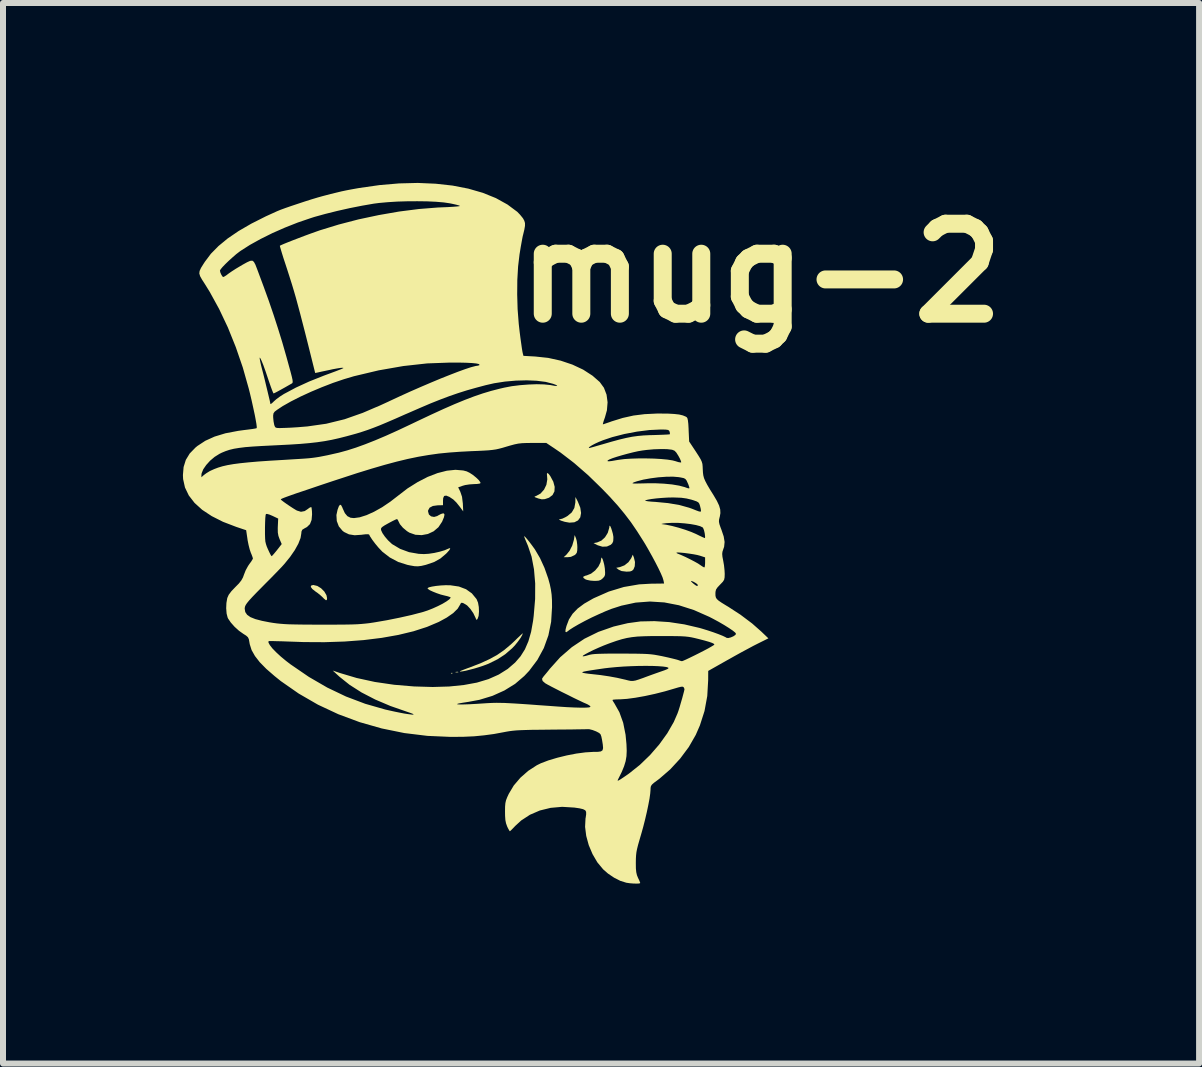
<source format=kicad_pcb>
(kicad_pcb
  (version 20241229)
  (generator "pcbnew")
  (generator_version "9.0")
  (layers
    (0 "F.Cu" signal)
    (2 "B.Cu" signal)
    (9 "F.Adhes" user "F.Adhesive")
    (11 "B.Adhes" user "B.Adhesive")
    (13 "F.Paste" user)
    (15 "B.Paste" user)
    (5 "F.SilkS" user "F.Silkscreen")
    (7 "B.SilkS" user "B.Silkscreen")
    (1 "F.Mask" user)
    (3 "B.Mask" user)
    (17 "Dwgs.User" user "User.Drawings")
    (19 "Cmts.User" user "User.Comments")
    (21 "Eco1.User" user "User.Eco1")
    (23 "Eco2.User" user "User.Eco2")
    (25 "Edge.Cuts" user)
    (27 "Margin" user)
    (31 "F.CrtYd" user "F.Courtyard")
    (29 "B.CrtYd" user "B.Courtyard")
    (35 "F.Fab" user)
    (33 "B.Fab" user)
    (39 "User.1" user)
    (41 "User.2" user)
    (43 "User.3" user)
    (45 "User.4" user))
  (footprint "smug-2"
    (layer "F.Cu")
    (at 4.035 5.502)
    (property "Reference" "smug-2" (at 5 -4 0) (layer "F.SilkS") (effects (font (size 1.5 1.5) (thickness 0.3))))
    (attr board_only exclude_from_pos_files exclude_from_bom)
    (fp_poly (pts (xy 0.458 2.668) (xy 0.456 2.678) (xy 0.447 2.679) (xy 0.432 2.673) (xy 0.435 2.668) (xy 0.455 2.666)) (stroke (width 0) (type solid)) (fill yes) (layer "F.SilkS"))
    (fp_poly (pts (xy 0.554 2.651) (xy 0.556 2.657) (xy 0.532 2.659) (xy 0.508 2.657) (xy 0.511 2.651) (xy 0.546 2.648)) (stroke (width 0) (type solid)) (fill yes) (layer "F.SilkS"))
    (fp_poly (pts (xy -1.795 1.217) (xy -1.732 1.256) (xy -1.678 1.31) (xy -1.642 1.372) (xy -1.632 1.421) (xy -1.636 1.452) (xy -1.652 1.455) (xy -1.683 1.43) (xy -1.7 1.412) (xy -1.74 1.375) (xy -1.793 1.332) (xy -1.825 1.31) (xy -1.878 1.268) (xy -1.903 1.234) (xy -1.899 1.212) (xy -1.866 1.202) (xy -1.859 1.202)) (stroke (width 0) (type solid)) (fill yes) (layer "F.SilkS"))
    (fp_poly (pts (xy 2.518 0.421) (xy 2.531 0.468) (xy 2.539 0.531) (xy 2.541 0.57) (xy 2.539 0.628) (xy 2.531 0.665) (xy 2.511 0.691) (xy 2.496 0.703) (xy 2.434 0.732) (xy 2.382 0.738) (xy 2.313 0.738) (xy 2.357 0.698) (xy 2.412 0.63) (xy 2.456 0.543) (xy 2.483 0.45) (xy 2.484 0.444) (xy 2.496 0.369)) (stroke (width 0) (type solid)) (fill yes) (layer "F.SilkS"))
    (fp_poly (pts (xy 3.484 0.744) (xy 3.502 0.818) (xy 3.498 0.889) (xy 3.477 0.941) (xy 3.453 0.964) (xy 3.419 0.976) (xy 3.362 0.979) (xy 3.361 0.979) (xy 3.279 0.969) (xy 3.231 0.947) (xy 3.189 0.915) (xy 3.251 0.903) (xy 3.326 0.874) (xy 3.393 0.821) (xy 3.439 0.755) (xy 3.442 0.749) (xy 3.465 0.696)) (stroke (width 0) (type solid)) (fill yes) (layer "F.SilkS"))
    (fp_poly (pts (xy 2.549 -0.189) (xy 2.59 -0.087) (xy 2.603 0.001) (xy 2.59 0.073) (xy 2.552 0.125) (xy 2.491 0.156) (xy 2.409 0.162) (xy 2.331 0.148) (xy 2.273 0.13) (xy 2.241 0.115) (xy 2.238 0.106) (xy 2.261 0.103) (xy 2.294 0.094) (xy 2.342 0.071) (xy 2.376 0.051) (xy 2.448 -0.009) (xy 2.491 -0.083) (xy 2.508 -0.177) (xy 2.508 -0.193) (xy 2.509 -0.266)) (stroke (width 0) (type solid)) (fill yes) (layer "F.SilkS"))
    (fp_poly (pts (xy 3.092 0.224) (xy 3.106 0.257) (xy 3.12 0.301) (xy 3.133 0.348) (xy 3.141 0.393) (xy 3.142 0.415) (xy 3.139 0.47) (xy 3.124 0.505) (xy 3.098 0.531) (xy 3.034 0.56) (xy 2.959 0.563) (xy 2.88 0.539) (xy 2.87 0.534) (xy 2.811 0.503) (xy 2.871 0.492) (xy 2.941 0.462) (xy 3.002 0.406) (xy 3.048 0.332) (xy 3.073 0.247) (xy 3.075 0.223) (xy 3.081 0.211)) (stroke (width 0) (type solid)) (fill yes) (layer "F.SilkS"))
    (fp_poly (pts (xy 2.063 -0.65) (xy 2.09 -0.614) (xy 2.14 -0.521) (xy 2.163 -0.435) (xy 2.159 -0.359) (xy 2.127 -0.298) (xy 2.069 -0.254) (xy 2.058 -0.25) (xy 1.998 -0.23) (xy 1.948 -0.227) (xy 1.891 -0.241) (xy 1.872 -0.248) (xy 1.834 -0.262) (xy 1.826 -0.271) (xy 1.845 -0.28) (xy 1.852 -0.282) (xy 1.927 -0.323) (xy 1.986 -0.389) (xy 2.025 -0.47) (xy 2.04 -0.56) (xy 2.037 -0.605) (xy 2.033 -0.652) (xy 2.041 -0.667)) (stroke (width 0) (type solid)) (fill yes) (layer "F.SilkS"))
    (fp_poly (pts (xy 2.951 0.749) (xy 2.964 0.775) (xy 2.977 0.816) (xy 2.99 0.868) (xy 2.999 0.923) (xy 3 0.935) (xy 3.004 0.996) (xy 3.002 1.034) (xy 2.99 1.062) (xy 2.966 1.089) (xy 2.966 1.089) (xy 2.934 1.115) (xy 2.898 1.129) (xy 2.845 1.133) (xy 2.822 1.133) (xy 2.757 1.128) (xy 2.7 1.116) (xy 2.674 1.106) (xy 2.641 1.082) (xy 2.641 1.062) (xy 2.674 1.047) (xy 2.699 1.041) (xy 2.77 1.012) (xy 2.837 0.96) (xy 2.892 0.894) (xy 2.928 0.821) (xy 2.937 0.769) (xy 2.942 0.745)) (stroke (width 0) (type solid)) (fill yes) (layer "F.SilkS"))
    (fp_poly (pts (xy 1.62 2.039) (xy 1.591 2.089) (xy 1.548 2.148) (xy 1.499 2.209) (xy 1.452 2.258) (xy 1.337 2.357) (xy 1.21 2.44) (xy 1.062 2.513) (xy 1.027 2.527) (xy 0.967 2.549) (xy 0.897 2.572) (xy 0.821 2.595) (xy 0.747 2.614) (xy 0.68 2.631) (xy 0.626 2.641) (xy 0.592 2.645) (xy 0.583 2.641) (xy 0.585 2.638) (xy 0.604 2.63) (xy 0.647 2.613) (xy 0.707 2.59) (xy 0.747 2.576) (xy 0.925 2.507) (xy 1.075 2.438) (xy 1.206 2.366) (xy 1.322 2.285) (xy 1.432 2.193) (xy 1.49 2.139) (xy 1.545 2.085) (xy 1.591 2.042) (xy 1.621 2.014) (xy 1.632 2.005)) (stroke (width 0) (type solid)) (fill yes) (layer "F.SilkS"))
    (fp_poly (pts (xy 0.638 -0.708) (xy 0.696 -0.693) (xy 0.745 -0.669) (xy 0.8 -0.633) (xy 0.853 -0.59) (xy 0.897 -0.548) (xy 0.923 -0.512) (xy 0.927 -0.498) (xy 0.912 -0.489) (xy 0.869 -0.483) (xy 0.819 -0.481) (xy 0.745 -0.476) (xy 0.672 -0.465) (xy 0.632 -0.454) (xy 0.554 -0.427) (xy 0.589 -0.355) (xy 0.618 -0.27) (xy 0.632 -0.156) (xy 0.632 -0.155) (xy 0.638 -0.026) (xy 0.581 -0.103) (xy 0.524 -0.174) (xy 0.473 -0.224) (xy 0.416 -0.262) (xy 0.407 -0.268) (xy 0.354 -0.289) (xy 0.32 -0.283) (xy 0.304 -0.248) (xy 0.301 -0.206) (xy 0.301 -0.129) (xy 0.211 -0.127) (xy 0.132 -0.116) (xy 0.078 -0.088) (xy 0.053 -0.043) (xy 0.052 -0.024) (xy 0.066 0.026) (xy 0.102 0.057) (xy 0.152 0.067) (xy 0.205 0.052) (xy 0.215 0.045) (xy 0.26 0.021) (xy 0.288 0.01) (xy 0.316 0.008) (xy 0.326 0.029) (xy 0.316 0.074) (xy 0.286 0.146) (xy 0.284 0.149) (xy 0.225 0.238) (xy 0.145 0.306) (xy 0.049 0.351) (xy -0.054 0.37) (xy -0.159 0.364) (xy -0.259 0.329) (xy -0.299 0.304) (xy -0.367 0.247) (xy -0.417 0.188) (xy -0.44 0.142) (xy -0.454 0.112) (xy -0.468 0.103) (xy -0.49 0.111) (xy -0.534 0.132) (xy -0.591 0.162) (xy -0.613 0.174) (xy -0.675 0.209) (xy -0.712 0.234) (xy -0.73 0.253) (xy -0.733 0.273) (xy -0.73 0.29) (xy -0.708 0.337) (xy -0.668 0.395) (xy -0.616 0.456) (xy -0.561 0.508) (xy -0.544 0.522) (xy -0.414 0.599) (xy -0.265 0.654) (xy -0.104 0.682) (xy -0.017 0.686) (xy 0.063 0.681) (xy 0.156 0.667) (xy 0.248 0.646) (xy 0.328 0.622) (xy 0.375 0.602) (xy 0.411 0.587) (xy 0.422 0.593) (xy 0.407 0.62) (xy 0.367 0.665) (xy 0.35 0.682) (xy 0.259 0.759) (xy 0.156 0.817) (xy 0.032 0.86) (xy 0.009 0.867) (xy -0.06 0.883) (xy -0.117 0.89) (xy -0.174 0.888) (xy -0.243 0.876) (xy -0.292 0.866) (xy -0.444 0.818) (xy -0.587 0.742) (xy -0.712 0.645) (xy -0.721 0.635) (xy -0.775 0.578) (xy -0.829 0.513) (xy -0.878 0.448) (xy -0.914 0.393) (xy -0.931 0.36) (xy -0.949 0.355) (xy -0.992 0.356) (xy -1.051 0.363) (xy -1.056 0.364) (xy -1.172 0.372) (xy -1.267 0.357) (xy -1.348 0.318) (xy -1.375 0.297) (xy -1.436 0.224) (xy -1.47 0.135) (xy -1.476 0.035) (xy -1.457 -0.053) (xy -1.435 -0.112) (xy -1.416 -0.137) (xy -1.398 -0.13) (xy -1.378 -0.092) (xy -1.372 -0.076) (xy -1.335 0.004) (xy -1.293 0.054) (xy -1.241 0.08) (xy -1.184 0.086) (xy -1.088 0.073) (xy -0.974 0.037) (xy -0.848 -0.02) (xy -0.714 -0.095) (xy -0.578 -0.187) (xy -0.455 -0.282) (xy -0.29 -0.409) (xy -0.121 -0.515) (xy 0.046 -0.601) (xy 0.209 -0.664) (xy 0.365 -0.704) (xy 0.509 -0.719)) (stroke (width 0) (type solid)) (fill yes) (layer "F.SilkS"))
    (fp_poly (pts (xy 0.179 -5.489) (xy 0.46 -5.458) (xy 0.723 -5.407) (xy 0.965 -5.337) (xy 1.183 -5.249) (xy 1.376 -5.142) (xy 1.54 -5.02) (xy 1.586 -4.972) (xy 1.63 -4.918) (xy 1.637 -4.908) (xy 1.657 -4.871) (xy 1.668 -4.833) (xy 1.668 -4.786) (xy 1.657 -4.723) (xy 1.636 -4.636) (xy 1.632 -4.622) (xy 1.624 -4.583) (xy 1.612 -4.517) (xy 1.597 -4.434) (xy 1.582 -4.341) (xy 1.577 -4.311) (xy 1.553 -4.109) (xy 1.54 -3.884) (xy 1.538 -3.644) (xy 1.545 -3.397) (xy 1.564 -3.152) (xy 1.579 -3.019) (xy 1.592 -2.917) (xy 1.605 -2.824) (xy 1.616 -2.746) (xy 1.625 -2.691) (xy 1.63 -2.667) (xy 1.642 -2.619) (xy 1.839 -2.608) (xy 2.055 -2.585) (xy 2.263 -2.539) (xy 2.459 -2.473) (xy 2.638 -2.389) (xy 2.794 -2.288) (xy 2.914 -2.183) (xy 2.984 -2.087) (xy 3.028 -1.972) (xy 3.045 -1.845) (xy 3.034 -1.711) (xy 3.001 -1.593) (xy 2.981 -1.537) (xy 2.969 -1.495) (xy 2.966 -1.477) (xy 2.966 -1.477) (xy 2.985 -1.482) (xy 3.028 -1.497) (xy 3.087 -1.517) (xy 3.114 -1.527) (xy 3.298 -1.584) (xy 3.478 -1.624) (xy 3.663 -1.647) (xy 3.867 -1.657) (xy 3.916 -1.657) (xy 4.051 -1.656) (xy 4.156 -1.65) (xy 4.238 -1.641) (xy 4.3 -1.626) (xy 4.348 -1.606) (xy 4.362 -1.598) (xy 4.375 -1.581) (xy 4.384 -1.545) (xy 4.391 -1.485) (xy 4.396 -1.397) (xy 4.396 -1.386) (xy 4.405 -1.191) (xy 4.517 -1.022) (xy 4.564 -0.949) (xy 4.596 -0.896) (xy 4.615 -0.855) (xy 4.626 -0.817) (xy 4.63 -0.773) (xy 4.632 -0.727) (xy 4.635 -0.673) (xy 4.641 -0.626) (xy 4.653 -0.58) (xy 4.674 -0.531) (xy 4.706 -0.47) (xy 4.751 -0.393) (xy 4.81 -0.299) (xy 4.867 -0.202) (xy 4.904 -0.124) (xy 4.923 -0.058) (xy 4.926 0.003) (xy 4.915 0.067) (xy 4.912 0.075) (xy 4.903 0.115) (xy 4.902 0.149) (xy 4.91 0.188) (xy 4.929 0.243) (xy 4.944 0.282) (xy 4.981 0.392) (xy 4.996 0.484) (xy 4.988 0.564) (xy 4.972 0.611) (xy 4.96 0.648) (xy 4.956 0.684) (xy 4.96 0.731) (xy 4.972 0.792) (xy 4.986 0.872) (xy 4.995 0.958) (xy 4.998 1.016) (xy 4.996 1.075) (xy 4.988 1.114) (xy 4.967 1.147) (xy 4.928 1.188) (xy 4.92 1.196) (xy 4.877 1.242) (xy 4.853 1.278) (xy 4.844 1.316) (xy 4.843 1.346) (xy 4.844 1.382) (xy 4.851 1.411) (xy 4.867 1.436) (xy 4.898 1.464) (xy 4.948 1.498) (xy 5.021 1.543) (xy 5.058 1.565) (xy 5.261 1.697) (xy 5.455 1.843) (xy 5.607 1.977) (xy 5.726 2.091) (xy 5.547 2.18) (xy 5.474 2.217) (xy 5.381 2.267) (xy 5.273 2.325) (xy 5.161 2.387) (xy 5.051 2.449) (xy 5.045 2.452) (xy 4.723 2.634) (xy 4.722 2.79) (xy 4.707 3.053) (xy 4.661 3.303) (xy 4.584 3.543) (xy 4.515 3.701) (xy 4.399 3.903) (xy 4.255 4.096) (xy 4.09 4.275) (xy 3.91 4.431) (xy 3.877 4.456) (xy 3.82 4.498) (xy 3.786 4.528) (xy 3.768 4.554) (xy 3.762 4.583) (xy 3.761 4.617) (xy 3.756 4.678) (xy 3.744 4.764) (xy 3.724 4.87) (xy 3.699 4.989) (xy 3.67 5.113) (xy 3.639 5.235) (xy 3.612 5.332) (xy 3.579 5.445) (xy 3.554 5.532) (xy 3.537 5.6) (xy 3.526 5.656) (xy 3.52 5.709) (xy 3.517 5.763) (xy 3.516 5.828) (xy 3.516 5.841) (xy 3.517 5.927) (xy 3.523 5.989) (xy 3.534 6.038) (xy 3.552 6.083) (xy 3.574 6.129) (xy 3.587 6.162) (xy 3.589 6.171) (xy 3.574 6.178) (xy 3.534 6.18) (xy 3.478 6.179) (xy 3.415 6.174) (xy 3.355 6.165) (xy 3.353 6.164) (xy 3.257 6.134) (xy 3.153 6.081) (xy 3.052 6.013) (xy 2.971 5.942) (xy 2.874 5.825) (xy 2.794 5.688) (xy 2.731 5.539) (xy 2.689 5.385) (xy 2.67 5.234) (xy 2.677 5.093) (xy 2.68 5.08) (xy 2.688 5.023) (xy 2.687 4.983) (xy 2.672 4.957) (xy 2.636 4.939) (xy 2.577 4.925) (xy 2.488 4.912) (xy 2.485 4.912) (xy 2.287 4.9) (xy 2.096 4.917) (xy 1.916 4.961) (xy 1.751 5.032) (xy 1.604 5.128) (xy 1.506 5.218) (xy 1.464 5.262) (xy 1.432 5.294) (xy 1.416 5.307) (xy 1.415 5.307) (xy 1.404 5.292) (xy 1.384 5.256) (xy 1.37 5.226) (xy 1.352 5.175) (xy 1.341 5.121) (xy 1.336 5.051) (xy 1.335 4.978) (xy 1.336 4.897) (xy 1.341 4.839) (xy 1.352 4.79) (xy 1.372 4.739) (xy 1.398 4.683) (xy 1.481 4.544) (xy 1.592 4.414) (xy 1.722 4.3) (xy 1.865 4.207) (xy 1.932 4.174) (xy 2.058 4.126) (xy 2.205 4.082) (xy 2.364 4.043) (xy 2.524 4.012) (xy 2.675 3.992) (xy 2.806 3.984) (xy 2.811 3.984) (xy 2.886 3.983) (xy 2.934 3.976) (xy 2.961 3.957) (xy 2.97 3.92) (xy 2.965 3.86) (xy 2.953 3.786) (xy 2.941 3.728) (xy 2.928 3.692) (xy 2.905 3.669) (xy 2.865 3.648) (xy 2.851 3.641) (xy 2.793 3.619) (xy 2.74 3.606) (xy 2.719 3.605) (xy 2.691 3.606) (xy 2.632 3.607) (xy 2.548 3.608) (xy 2.443 3.61) (xy 2.322 3.611) (xy 2.187 3.612) (xy 2.087 3.613) (xy 1.923 3.615) (xy 1.79 3.616) (xy 1.682 3.619) (xy 1.594 3.622) (xy 1.521 3.626) (xy 1.46 3.632) (xy 1.406 3.639) (xy 1.353 3.648) (xy 1.322 3.654) (xy 1.149 3.686) (xy 0.986 3.708) (xy 0.822 3.724) (xy 0.647 3.732) (xy 0.449 3.734) (xy 0.429 3.734) (xy 0.041 3.717) (xy -0.344 3.67) (xy -0.721 3.593) (xy -1.089 3.488) (xy -1.444 3.356) (xy -1.784 3.197) (xy -2.104 3.012) (xy -2.404 2.803) (xy -2.507 2.72) (xy -2.645 2.6) (xy -2.754 2.489) (xy -2.834 2.386) (xy -2.89 2.287) (xy -2.921 2.189) (xy -2.927 2.155) (xy -2.936 2.105) (xy -2.952 2.072) (xy -2.982 2.045) (xy -3.025 2.018) (xy -3.1 1.965) (xy -3.174 1.898) (xy -3.237 1.827) (xy -3.282 1.761) (xy -3.29 1.743) (xy -3.307 1.677) (xy -3.313 1.598) (xy -3.005 1.598) (xy -2.996 1.652) (xy -2.965 1.698) (xy -2.91 1.737) (xy -2.828 1.77) (xy -2.717 1.799) (xy -2.59 1.824) (xy -2.527 1.834) (xy -2.468 1.842) (xy -2.408 1.848) (xy -2.343 1.853) (xy -2.268 1.857) (xy -2.178 1.859) (xy -2.069 1.861) (xy -1.937 1.862) (xy -1.776 1.863) (xy -1.726 1.863) (xy -1.557 1.863) (xy -1.417 1.862) (xy -1.302 1.861) (xy -1.207 1.859) (xy -1.128 1.856) (xy -1.058 1.851) (xy -0.994 1.845) (xy -0.931 1.838) (xy -0.864 1.828) (xy -0.833 1.823) (xy -0.635 1.789) (xy -0.426 1.747) (xy -0.221 1.701) (xy -0.035 1.652) (xy -0.034 1.652) (xy 0.045 1.626) (xy 0.131 1.592) (xy 0.215 1.554) (xy 0.294 1.514) (xy 0.359 1.475) (xy 0.406 1.441) (xy 0.428 1.415) (xy 0.429 1.41) (xy 0.414 1.401) (xy 0.374 1.388) (xy 0.327 1.377) (xy 0.264 1.361) (xy 0.197 1.338) (xy 0.134 1.313) (xy 0.082 1.289) (xy 0.05 1.267) (xy 0.043 1.254) (xy 0.067 1.24) (xy 0.117 1.228) (xy 0.186 1.217) (xy 0.264 1.209) (xy 0.344 1.205) (xy 0.417 1.206) (xy 0.423 1.206) (xy 0.566 1.227) (xy 0.685 1.272) (xy 0.782 1.341) (xy 0.86 1.436) (xy 0.863 1.442) (xy 0.885 1.496) (xy 0.898 1.569) (xy 0.901 1.646) (xy 0.895 1.716) (xy 0.88 1.76) (xy 0.866 1.782) (xy 0.855 1.777) (xy 0.843 1.748) (xy 0.806 1.671) (xy 0.757 1.6) (xy 0.705 1.544) (xy 0.682 1.528) (xy 0.636 1.502) (xy 0.61 1.497) (xy 0.595 1.51) (xy 0.589 1.524) (xy 0.546 1.596) (xy 0.471 1.67) (xy 0.363 1.745) (xy 0.231 1.817) (xy 0.035 1.9) (xy -0.191 1.973) (xy -0.444 2.034) (xy -0.721 2.083) (xy -1.021 2.12) (xy -1.34 2.144) (xy -1.675 2.155) (xy -2.024 2.153) (xy -2.163 2.148) (xy -2.282 2.144) (xy -2.389 2.14) (xy -2.48 2.138) (xy -2.549 2.136) (xy -2.593 2.136) (xy -2.607 2.137) (xy -2.609 2.162) (xy -2.586 2.204) (xy -2.543 2.259) (xy -2.481 2.323) (xy -2.404 2.394) (xy -2.316 2.467) (xy -2.243 2.523) (xy -1.935 2.734) (xy -1.628 2.912) (xy -1.316 3.061) (xy -0.996 3.182) (xy -0.661 3.278) (xy -0.504 3.313) (xy -0.415 3.331) (xy -0.348 3.344) (xy -0.29 3.353) (xy -0.23 3.361) (xy -0.21 3.363) (xy -0.19 3.361) (xy -0.189 3.358) (xy -0.204 3.349) (xy -0.243 3.334) (xy -0.296 3.316) (xy -0.575 3.219) (xy -0.829 3.111) (xy -1.057 2.993) (xy -1.256 2.866) (xy -1.424 2.732) (xy -1.434 2.723) (xy -1.537 2.628) (xy -1.417 2.669) (xy -1.138 2.752) (xy -0.835 2.818) (xy -0.513 2.865) (xy -0.181 2.893) (xy 0.129 2.902) (xy 0.403 2.894) (xy 0.648 2.869) (xy 0.866 2.829) (xy 1.059 2.771) (xy 1.23 2.695) (xy 1.38 2.601) (xy 1.504 2.494) (xy 1.594 2.39) (xy 1.667 2.274) (xy 1.725 2.139) (xy 1.77 1.982) (xy 1.803 1.798) (xy 1.813 1.717) (xy 1.837 1.435) (xy 1.838 1.175) (xy 1.818 0.94) (xy 1.778 0.729) (xy 1.718 0.55) (xy 1.691 0.486) (xy 1.669 0.433) (xy 1.656 0.399) (xy 1.654 0.395) (xy 1.655 0.387) (xy 1.673 0.402) (xy 1.703 0.436) (xy 1.741 0.483) (xy 1.784 0.54) (xy 1.829 0.602) (xy 1.835 0.611) (xy 1.918 0.752) (xy 1.993 0.916) (xy 2.055 1.092) (xy 2.082 1.19) (xy 2.1 1.277) (xy 2.112 1.362) (xy 2.118 1.455) (xy 2.119 1.571) (xy 2.119 1.571) (xy 2.104 1.815) (xy 2.058 2.042) (xy 1.982 2.253) (xy 1.875 2.45) (xy 1.738 2.632) (xy 1.656 2.719) (xy 1.503 2.85) (xy 1.325 2.96) (xy 1.125 3.05) (xy 0.908 3.116) (xy 0.724 3.15) (xy 0.628 3.165) (xy 0.566 3.176) (xy 0.537 3.185) (xy 0.54 3.191) (xy 0.575 3.193) (xy 0.641 3.193) (xy 0.738 3.19) (xy 0.864 3.183) (xy 0.971 3.176) (xy 1.033 3.172) (xy 1.089 3.169) (xy 1.143 3.167) (xy 1.197 3.166) (xy 1.256 3.167) (xy 1.323 3.168) (xy 1.401 3.172) (xy 1.493 3.177) (xy 1.604 3.184) (xy 1.737 3.193) (xy 1.895 3.205) (xy 2.081 3.218) (xy 2.215 3.228) (xy 2.366 3.238) (xy 2.496 3.244) (xy 2.603 3.247) (xy 2.685 3.246) (xy 2.738 3.242) (xy 2.76 3.233) (xy 2.761 3.233) (xy 2.75 3.216) (xy 2.716 3.194) (xy 2.693 3.183) (xy 2.64 3.16) (xy 2.567 3.125) (xy 2.554 3.119) (xy 3.126 3.119) (xy 3.135 3.138) (xy 3.156 3.172) (xy 3.158 3.174) (xy 3.242 3.323) (xy 3.305 3.498) (xy 3.345 3.699) (xy 3.36 3.858) (xy 3.364 3.965) (xy 3.36 4.055) (xy 3.346 4.139) (xy 3.32 4.224) (xy 3.281 4.319) (xy 3.225 4.432) (xy 3.215 4.452) (xy 3.213 4.464) (xy 3.229 4.46) (xy 3.263 4.44) (xy 3.32 4.402) (xy 3.402 4.345) (xy 3.583 4.201) (xy 3.753 4.037) (xy 3.907 3.859) (xy 4.041 3.673) (xy 4.149 3.485) (xy 4.21 3.345) (xy 4.226 3.301) (xy 4.246 3.238) (xy 4.267 3.165) (xy 4.289 3.09) (xy 4.307 3.022) (xy 4.321 2.969) (xy 4.327 2.939) (xy 4.327 2.937) (xy 4.319 2.916) (xy 4.313 2.906) (xy 4.299 2.897) (xy 4.27 2.898) (xy 4.221 2.91) (xy 4.16 2.928) (xy 3.999 2.975) (xy 3.833 3.017) (xy 3.667 3.053) (xy 3.51 3.081) (xy 3.369 3.1) (xy 3.251 3.108) (xy 3.229 3.108) (xy 3.175 3.11) (xy 3.137 3.114) (xy 3.126 3.119) (xy 2.554 3.119) (xy 2.479 3.083) (xy 2.384 3.035) (xy 2.286 2.987) (xy 2.194 2.94) (xy 2.112 2.898) (xy 2.048 2.864) (xy 2.008 2.841) (xy 2.006 2.84) (xy 1.962 2.802) (xy 1.952 2.765) (xy 1.974 2.731) (xy 1.988 2.714) (xy 2.019 2.677) (xy 2.033 2.66) (xy 2.623 2.66) (xy 2.636 2.666) (xy 2.636 2.666) (xy 2.67 2.673) (xy 2.726 2.681) (xy 2.791 2.688) (xy 2.925 2.703) (xy 3.067 2.724) (xy 3.204 2.749) (xy 3.322 2.776) (xy 3.34 2.78) (xy 3.391 2.793) (xy 3.432 2.801) (xy 3.469 2.801) (xy 3.511 2.794) (xy 3.565 2.777) (xy 3.639 2.751) (xy 3.692 2.731) (xy 3.774 2.701) (xy 3.858 2.671) (xy 3.929 2.646) (xy 3.941 2.642) (xy 3.998 2.622) (xy 4.041 2.604) (xy 4.059 2.593) (xy 4.058 2.58) (xy 4.026 2.569) (xy 3.969 2.561) (xy 3.89 2.555) (xy 3.793 2.551) (xy 3.682 2.55) (xy 3.563 2.551) (xy 3.438 2.555) (xy 3.312 2.561) (xy 3.19 2.57) (xy 3.075 2.581) (xy 2.997 2.59) (xy 2.867 2.609) (xy 2.767 2.624) (xy 2.696 2.636) (xy 2.651 2.645) (xy 2.627 2.653) (xy 2.623 2.66) (xy 2.033 2.66) (xy 2.06 2.627) (xy 2.08 2.601) (xy 2.256 2.405) (xy 2.276 2.388) (xy 2.628 2.388) (xy 2.642 2.391) (xy 2.68 2.384) (xy 2.718 2.373) (xy 2.75 2.364) (xy 2.788 2.357) (xy 2.836 2.352) (xy 2.899 2.349) (xy 2.981 2.347) (xy 3.087 2.345) (xy 3.221 2.345) (xy 3.28 2.345) (xy 3.423 2.346) (xy 3.537 2.347) (xy 3.629 2.349) (xy 3.703 2.352) (xy 3.766 2.357) (xy 3.823 2.364) (xy 3.88 2.374) (xy 3.943 2.386) (xy 3.967 2.391) (xy 4.053 2.41) (xy 4.129 2.428) (xy 4.189 2.443) (xy 4.224 2.453) (xy 4.225 2.454) (xy 4.263 2.467) (xy 4.285 2.472) (xy 4.305 2.465) (xy 4.351 2.445) (xy 4.416 2.414) (xy 4.496 2.375) (xy 4.564 2.341) (xy 4.65 2.297) (xy 4.724 2.258) (xy 4.781 2.225) (xy 4.817 2.203) (xy 4.826 2.195) (xy 4.817 2.182) (xy 4.79 2.168) (xy 4.74 2.15) (xy 4.663 2.128) (xy 4.556 2.1) (xy 4.551 2.099) (xy 4.494 2.085) (xy 4.443 2.074) (xy 4.394 2.066) (xy 4.34 2.06) (xy 4.275 2.056) (xy 4.195 2.054) (xy 4.092 2.053) (xy 3.962 2.053) (xy 3.933 2.053) (xy 3.777 2.053) (xy 3.65 2.056) (xy 3.543 2.061) (xy 3.451 2.071) (xy 3.367 2.085) (xy 3.284 2.105) (xy 3.195 2.132) (xy 3.095 2.167) (xy 3.049 2.184) (xy 2.972 2.214) (xy 2.89 2.249) (xy 2.81 2.285) (xy 2.737 2.321) (xy 2.679 2.352) (xy 2.64 2.375) (xy 2.628 2.388) (xy 2.276 2.388) (xy 2.449 2.238) (xy 2.66 2.097) (xy 2.892 1.983) (xy 3.146 1.894) (xy 3.381 1.838) (xy 3.594 1.809) (xy 3.826 1.804) (xy 4.072 1.82) (xy 4.324 1.858) (xy 4.577 1.917) (xy 4.622 1.93) (xy 4.716 1.959) (xy 4.809 1.99) (xy 4.894 2.021) (xy 4.964 2.049) (xy 5.012 2.072) (xy 5.028 2.082) (xy 5.056 2.086) (xy 5.098 2.076) (xy 5.142 2.057) (xy 5.176 2.034) (xy 5.186 2.015) (xy 5.172 1.994) (xy 5.131 1.961) (xy 5.069 1.919) (xy 4.991 1.87) (xy 4.9 1.817) (xy 4.802 1.764) (xy 4.74 1.732) (xy 4.484 1.619) (xy 4.234 1.539) (xy 3.991 1.492) (xy 3.751 1.477) (xy 3.513 1.495) (xy 3.276 1.546) (xy 3.114 1.598) (xy 3.011 1.639) (xy 2.898 1.689) (xy 2.781 1.743) (xy 2.668 1.8) (xy 2.564 1.856) (xy 2.476 1.907) (xy 2.409 1.95) (xy 2.383 1.971) (xy 2.355 1.989) (xy 2.342 1.98) (xy 2.345 1.941) (xy 2.36 1.884) (xy 2.401 1.776) (xy 2.462 1.681) (xy 2.546 1.594) (xy 2.656 1.512) (xy 2.797 1.431) (xy 2.816 1.421) (xy 3.065 1.311) (xy 3.315 1.235) (xy 3.57 1.191) (xy 3.763 1.18) (xy 3.987 1.177) (xy 3.979 1.134) (xy 4.436 1.134) (xy 4.438 1.143) (xy 4.459 1.164) (xy 4.489 1.189) (xy 4.518 1.21) (xy 4.538 1.219) (xy 4.538 1.219) (xy 4.551 1.206) (xy 4.551 1.203) (xy 4.537 1.185) (xy 4.505 1.163) (xy 4.468 1.143) (xy 4.438 1.134) (xy 4.436 1.134) (xy 3.979 1.134) (xy 3.975 1.118) (xy 3.962 1.076) (xy 3.934 1.01) (xy 3.894 0.926) (xy 3.845 0.83) (xy 3.79 0.727) (xy 3.754 0.663) (xy 4.192 0.663) (xy 4.2 0.672) (xy 4.218 0.68) (xy 4.272 0.702) (xy 4.343 0.734) (xy 4.42 0.772) (xy 4.493 0.81) (xy 4.554 0.844) (xy 4.585 0.865) (xy 4.625 0.892) (xy 4.653 0.908) (xy 4.658 0.909) (xy 4.666 0.894) (xy 4.67 0.855) (xy 4.671 0.826) (xy 4.671 0.741) (xy 4.585 0.713) (xy 4.54 0.701) (xy 4.477 0.689) (xy 4.404 0.678) (xy 4.331 0.668) (xy 4.266 0.662) (xy 4.217 0.659) (xy 4.193 0.662) (xy 4.192 0.663) (xy 3.754 0.663) (xy 3.732 0.623) (xy 3.675 0.524) (xy 3.645 0.475) (xy 3.537 0.305) (xy 3.456 0.186) (xy 3.944 0.186) (xy 3.947 0.186) (xy 4.024 0.197) (xy 4.123 0.218) (xy 4.232 0.247) (xy 4.341 0.281) (xy 4.44 0.317) (xy 4.517 0.35) (xy 4.58 0.381) (xy 4.631 0.405) (xy 4.663 0.418) (xy 4.669 0.419) (xy 4.671 0.4) (xy 4.667 0.36) (xy 4.664 0.337) (xy 4.652 0.286) (xy 4.637 0.25) (xy 4.631 0.242) (xy 4.588 0.221) (xy 4.519 0.202) (xy 4.43 0.186) (xy 4.33 0.174) (xy 4.225 0.166) (xy 4.124 0.165) (xy 4.034 0.17) (xy 4.027 0.17) (xy 3.975 0.177) (xy 3.945 0.183) (xy 3.944 0.186) (xy 3.456 0.186) (xy 3.434 0.154) (xy 3.328 0.015) (xy 3.215 -0.122) (xy 3.138 -0.207) (xy 3.67 -0.207) (xy 3.68 -0.201) (xy 3.719 -0.194) (xy 3.778 -0.188) (xy 3.842 -0.184) (xy 4.053 -0.164) (xy 4.242 -0.132) (xy 4.404 -0.087) (xy 4.452 -0.07) (xy 4.522 -0.042) (xy 4.566 -0.026) (xy 4.59 -0.021) (xy 4.6 -0.024) (xy 4.602 -0.036) (xy 4.602 -0.039) (xy 4.598 -0.069) (xy 4.587 -0.114) (xy 4.585 -0.122) (xy 4.574 -0.154) (xy 4.558 -0.176) (xy 4.528 -0.193) (xy 4.476 -0.211) (xy 4.444 -0.221) (xy 4.361 -0.241) (xy 4.274 -0.253) (xy 4.171 -0.257) (xy 4.135 -0.258) (xy 4.043 -0.256) (xy 3.948 -0.25) (xy 3.857 -0.242) (xy 3.776 -0.232) (xy 3.714 -0.221) (xy 3.676 -0.21) (xy 3.67 -0.207) (xy 3.138 -0.207) (xy 3.087 -0.264) (xy 2.955 -0.401) (xy 2.859 -0.495) (xy 3.46 -0.495) (xy 3.473 -0.491) (xy 3.509 -0.49) (xy 3.57 -0.491) (xy 3.661 -0.493) (xy 3.685 -0.494) (xy 3.836 -0.495) (xy 3.984 -0.488) (xy 4.12 -0.475) (xy 4.239 -0.455) (xy 4.333 -0.43) (xy 4.354 -0.422) (xy 4.39 -0.41) (xy 4.409 -0.411) (xy 4.41 -0.412) (xy 4.406 -0.433) (xy 4.392 -0.474) (xy 4.38 -0.501) (xy 4.361 -0.542) (xy 4.341 -0.567) (xy 4.313 -0.581) (xy 4.265 -0.591) (xy 4.229 -0.597) (xy 4.135 -0.605) (xy 4.019 -0.603) (xy 3.891 -0.594) (xy 3.761 -0.577) (xy 3.639 -0.555) (xy 3.536 -0.528) (xy 3.486 -0.511) (xy 3.465 -0.501) (xy 3.46 -0.495) (xy 2.859 -0.495) (xy 2.72 -0.63) (xy 2.49 -0.83) (xy 2.444 -0.866) (xy 3.044 -0.866) (xy 3.05 -0.861) (xy 3.072 -0.861) (xy 3.115 -0.866) (xy 3.183 -0.878) (xy 3.232 -0.886) (xy 3.324 -0.898) (xy 3.436 -0.905) (xy 3.56 -0.909) (xy 3.689 -0.909) (xy 3.818 -0.906) (xy 3.938 -0.899) (xy 4.044 -0.889) (xy 4.127 -0.876) (xy 4.173 -0.864) (xy 4.224 -0.848) (xy 4.261 -0.841) (xy 4.273 -0.844) (xy 4.268 -0.865) (xy 4.25 -0.907) (xy 4.226 -0.951) (xy 4.192 -1.005) (xy 4.163 -1.036) (xy 4.129 -1.051) (xy 4.111 -1.055) (xy 4.034 -1.064) (xy 3.932 -1.065) (xy 3.815 -1.061) (xy 3.693 -1.05) (xy 3.624 -1.041) (xy 3.553 -1.029) (xy 3.468 -1.01) (xy 3.377 -0.987) (xy 3.286 -0.962) (xy 3.201 -0.937) (xy 3.128 -0.913) (xy 3.076 -0.892) (xy 3.049 -0.877) (xy 3.048 -0.876) (xy 3.044 -0.866) (xy 2.444 -0.866) (xy 2.26 -1.007) (xy 2.143 -1.087) (xy 2.731 -1.087) (xy 2.74 -1.082) (xy 2.759 -1.087) (xy 2.804 -1.099) (xy 2.869 -1.118) (xy 2.946 -1.14) (xy 2.95 -1.141) (xy 3.108 -1.187) (xy 3.24 -1.223) (xy 3.353 -1.25) (xy 3.453 -1.27) (xy 3.548 -1.283) (xy 3.644 -1.292) (xy 3.748 -1.297) (xy 3.802 -1.298) (xy 3.895 -1.301) (xy 3.976 -1.304) (xy 4.038 -1.307) (xy 4.075 -1.31) (xy 4.083 -1.312) (xy 4.084 -1.333) (xy 4.079 -1.355) (xy 4.07 -1.373) (xy 4.052 -1.384) (xy 4.017 -1.389) (xy 3.959 -1.391) (xy 3.933 -1.391) (xy 3.742 -1.382) (xy 3.536 -1.356) (xy 3.325 -1.316) (xy 3.123 -1.264) (xy 2.968 -1.212) (xy 2.899 -1.184) (xy 2.836 -1.155) (xy 2.783 -1.127) (xy 2.746 -1.103) (xy 2.731 -1.087) (xy 2.143 -1.087) (xy 2.132 -1.094) (xy 2.023 -1.167) (xy 1.793 -1.167) (xy 1.695 -1.166) (xy 1.62 -1.163) (xy 1.556 -1.156) (xy 1.493 -1.143) (xy 1.419 -1.123) (xy 1.361 -1.106) (xy 1.294 -1.086) (xy 1.237 -1.071) (xy 1.183 -1.059) (xy 1.127 -1.051) (xy 1.061 -1.044) (xy 0.98 -1.039) (xy 0.875 -1.034) (xy 0.773 -1.03) (xy 0.583 -1.02) (xy 0.405 -1.007) (xy 0.232 -0.99) (xy 0.062 -0.966) (xy -0.109 -0.937) (xy -0.287 -0.9) (xy -0.473 -0.855) (xy -0.674 -0.801) (xy -0.893 -0.737) (xy -1.133 -0.663) (xy -1.399 -0.576) (xy -1.537 -0.531) (xy -1.732 -0.466) (xy -1.897 -0.41) (xy -2.033 -0.364) (xy -2.144 -0.327) (xy -2.232 -0.296) (xy -2.299 -0.272) (xy -2.347 -0.254) (xy -2.379 -0.241) (xy -2.397 -0.232) (xy -2.404 -0.226) (xy -2.404 -0.225) (xy -2.391 -0.212) (xy -2.356 -0.185) (xy -2.307 -0.15) (xy -2.251 -0.112) (xy -2.196 -0.076) (xy -2.15 -0.048) (xy -2.133 -0.039) (xy -2.067 -0.019) (xy -2.005 -0.031) (xy -1.958 -0.062) (xy -1.923 -0.088) (xy -1.898 -0.098) (xy -1.894 -0.097) (xy -1.889 -0.075) (xy -1.884 -0.03) (xy -1.882 0.024) (xy -1.89 0.117) (xy -1.917 0.186) (xy -1.967 0.235) (xy -2.006 0.256) (xy -2.045 0.28) (xy -2.059 0.312) (xy -2.061 0.339) (xy -2.074 0.418) (xy -2.111 0.513) (xy -2.17 0.62) (xy -2.248 0.733) (xy -2.342 0.849) (xy -2.388 0.9) (xy -2.433 0.947) (xy -2.496 1.012) (xy -2.571 1.089) (xy -2.652 1.17) (xy -2.716 1.235) (xy -2.809 1.329) (xy -2.879 1.402) (xy -2.931 1.459) (xy -2.967 1.503) (xy -2.989 1.536) (xy -3.001 1.564) (xy -3.005 1.59) (xy -3.005 1.598) (xy -3.313 1.598) (xy -3.314 1.592) (xy -3.31 1.501) (xy -3.296 1.42) (xy -3.295 1.417) (xy -3.272 1.365) (xy -3.227 1.305) (xy -3.162 1.237) (xy -3.101 1.175) (xy -3.061 1.124) (xy -3.034 1.075) (xy -3.017 1.028) (xy -2.989 0.957) (xy -2.949 0.884) (xy -2.928 0.853) (xy -2.895 0.808) (xy -2.874 0.773) (xy -2.868 0.759) (xy -2.875 0.735) (xy -2.891 0.692) (xy -2.903 0.664) (xy -2.922 0.608) (xy -2.941 0.533) (xy -2.957 0.453) (xy -2.959 0.436) (xy -2.981 0.288) (xy -3.062 0.261) (xy -2.667 0.261) (xy -2.667 0.355) (xy -2.665 0.424) (xy -2.661 0.476) (xy -2.651 0.518) (xy -2.637 0.561) (xy -2.618 0.605) (xy -2.592 0.661) (xy -2.571 0.702) (xy -2.558 0.721) (xy -2.557 0.721) (xy -2.542 0.709) (xy -2.513 0.676) (xy -2.474 0.629) (xy -2.467 0.62) (xy -2.388 0.519) (xy -2.423 0.438) (xy -2.443 0.383) (xy -2.453 0.326) (xy -2.454 0.253) (xy -2.453 0.226) (xy -2.447 0.094) (xy -2.542 0.049) (xy -2.594 0.027) (xy -2.634 0.016) (xy -2.651 0.018) (xy -2.657 0.039) (xy -2.662 0.088) (xy -2.665 0.158) (xy -2.667 0.242) (xy -2.667 0.261) (xy -3.062 0.261) (xy -3.148 0.232) (xy -3.367 0.148) (xy -3.555 0.053) (xy -3.714 -0.052) (xy -3.841 -0.167) (xy -3.937 -0.291) (xy -4.001 -0.424) (xy -4.032 -0.564) (xy -4.035 -0.627) (xy -4.035 -0.634) (xy -3.727 -0.634) (xy -3.727 -0.595) (xy -3.688 -0.63) (xy -3.648 -0.66) (xy -3.595 -0.693) (xy -3.576 -0.703) (xy -3.514 -0.731) (xy -3.448 -0.756) (xy -3.375 -0.778) (xy -3.292 -0.797) (xy -3.194 -0.814) (xy -3.079 -0.829) (xy -2.943 -0.843) (xy -2.783 -0.857) (xy -2.595 -0.87) (xy -2.377 -0.883) (xy -2.361 -0.884) (xy -2.217 -0.893) (xy -2.1 -0.9) (xy -2.007 -0.906) (xy -1.932 -0.912) (xy -1.869 -0.919) (xy -1.812 -0.927) (xy -1.756 -0.936) (xy -1.695 -0.948) (xy -1.624 -0.962) (xy -1.571 -0.974) (xy -1.434 -1.005) (xy -1.295 -1.043) (xy -1.151 -1.089) (xy -0.999 -1.144) (xy -0.834 -1.209) (xy -0.652 -1.286) (xy -0.45 -1.377) (xy -0.223 -1.484) (xy -0.129 -1.529) (xy 0.104 -1.639) (xy 0.311 -1.734) (xy 0.496 -1.815) (xy 0.664 -1.884) (xy 0.819 -1.943) (xy 0.965 -1.993) (xy 1.105 -2.035) (xy 1.245 -2.071) (xy 1.322 -2.089) (xy 1.447 -2.113) (xy 1.585 -2.13) (xy 1.727 -2.141) (xy 1.863 -2.146) (xy 1.985 -2.143) (xy 2.084 -2.133) (xy 2.097 -2.131) (xy 2.163 -2.119) (xy 2.2 -2.117) (xy 2.205 -2.123) (xy 2.179 -2.137) (xy 2.136 -2.153) (xy 2.012 -2.185) (xy 1.862 -2.204) (xy 1.695 -2.211) (xy 1.516 -2.206) (xy 1.333 -2.19) (xy 1.153 -2.162) (xy 1.013 -2.13) (xy 0.848 -2.086) (xy 0.696 -2.043) (xy 0.551 -1.997) (xy 0.406 -1.947) (xy 0.257 -1.891) (xy 0.096 -1.827) (xy -0.082 -1.751) (xy -0.284 -1.663) (xy -0.324 -1.646) (xy -0.491 -1.572) (xy -0.633 -1.511) (xy -0.754 -1.46) (xy -0.859 -1.419) (xy -0.954 -1.384) (xy -1.044 -1.354) (xy -1.134 -1.326) (xy -1.169 -1.316) (xy -1.308 -1.278) (xy -1.434 -1.246) (xy -1.554 -1.219) (xy -1.673 -1.197) (xy -1.796 -1.179) (xy -1.93 -1.164) (xy -2.078 -1.151) (xy -2.247 -1.14) (xy -2.443 -1.13) (xy -2.542 -1.125) (xy -2.722 -1.116) (xy -2.871 -1.107) (xy -2.996 -1.097) (xy -3.099 -1.084) (xy -3.185 -1.07) (xy -3.259 -1.052) (xy -3.325 -1.03) (xy -3.388 -1.004) (xy -3.426 -0.985) (xy -3.506 -0.935) (xy -3.582 -0.871) (xy -3.647 -0.799) (xy -3.696 -0.728) (xy -3.723 -0.662) (xy -3.727 -0.634) (xy -4.035 -0.634) (xy -4.024 -0.765) (xy -3.987 -0.884) (xy -3.922 -0.991) (xy -3.826 -1.09) (xy -3.793 -1.117) (xy -3.662 -1.203) (xy -3.507 -1.273) (xy -3.326 -1.328) (xy -3.116 -1.368) (xy -3.022 -1.381) (xy -2.941 -1.391) (xy -2.873 -1.4) (xy -2.826 -1.408) (xy -2.805 -1.414) (xy -2.805 -1.414) (xy -2.804 -1.435) (xy -2.81 -1.485) (xy -2.823 -1.559) (xy -2.835 -1.623) (xy -2.531 -1.623) (xy -2.53 -1.586) (xy -2.524 -1.526) (xy -2.514 -1.473) (xy -2.509 -1.456) (xy -2.5 -1.436) (xy -2.488 -1.423) (xy -2.465 -1.417) (xy -2.424 -1.415) (xy -2.359 -1.417) (xy -2.324 -1.418) (xy -2.231 -1.422) (xy -2.121 -1.429) (xy -2.012 -1.438) (xy -1.962 -1.442) (xy -1.646 -1.487) (xy -1.34 -1.562) (xy -1.036 -1.669) (xy -0.88 -1.736) (xy -0.836 -1.755) (xy -0.807 -1.767) (xy -0.801 -1.769) (xy -0.784 -1.776) (xy -0.742 -1.795) (xy -0.681 -1.823) (xy -0.607 -1.857) (xy -0.599 -1.861) (xy -0.423 -1.943) (xy -0.245 -2.024) (xy -0.069 -2.101) (xy 0.102 -2.174) (xy 0.265 -2.242) (xy 0.416 -2.302) (xy 0.553 -2.355) (xy 0.672 -2.398) (xy 0.769 -2.43) (xy 0.842 -2.449) (xy 0.885 -2.456) (xy 0.908 -2.464) (xy 0.91 -2.471) (xy 0.897 -2.483) (xy 0.856 -2.492) (xy 0.787 -2.499) (xy 0.687 -2.504) (xy 0.555 -2.507) (xy 0.419 -2.507) (xy 0.037 -2.493) (xy -0.361 -2.449) (xy -0.773 -2.377) (xy -1.185 -2.279) (xy -1.353 -2.229) (xy -1.533 -2.168) (xy -1.717 -2.097) (xy -1.9 -2.02) (xy -2.074 -1.94) (xy -2.234 -1.859) (xy -2.372 -1.781) (xy -2.464 -1.72) (xy -2.505 -1.689) (xy -2.525 -1.661) (xy -2.531 -1.623) (xy -2.835 -1.623) (xy -2.841 -1.652) (xy -2.864 -1.759) (xy -2.89 -1.877) (xy -2.919 -1.999) (xy -2.939 -2.078) (xy -3.037 -2.425) (xy -3.154 -2.765) (xy -3.286 -3.093) (xy -3.432 -3.401) (xy -3.588 -3.685) (xy -3.669 -3.816) (xy -3.718 -3.892) (xy -3.749 -3.948) (xy -3.762 -3.993) (xy -3.757 -4.035) (xy -3.754 -4.041) (xy -3.418 -4.041) (xy -3.411 -4.008) (xy -3.394 -3.97) (xy -3.375 -3.941) (xy -3.363 -3.933) (xy -3.343 -3.942) (xy -3.305 -3.967) (xy -3.272 -3.992) (xy -3.223 -4.026) (xy -3.155 -4.07) (xy -3.078 -4.116) (xy -3.039 -4.139) (xy -2.965 -4.18) (xy -2.913 -4.203) (xy -2.878 -4.206) (xy -2.852 -4.186) (xy -2.827 -4.14) (xy -2.798 -4.065) (xy -2.79 -4.044) (xy -2.691 -3.778) (xy -2.603 -3.535) (xy -2.524 -3.304) (xy -2.451 -3.079) (xy -2.38 -2.849) (xy -2.31 -2.605) (xy -2.241 -2.354) (xy -2.22 -2.273) (xy -2.208 -2.219) (xy -2.205 -2.185) (xy -2.209 -2.167) (xy -2.217 -2.16) (xy -2.271 -2.129) (xy -2.334 -2.093) (xy -2.397 -2.058) (xy -2.455 -2.026) (xy -2.499 -2.003) (xy -2.522 -1.993) (xy -2.524 -1.992) (xy -2.533 -2.008) (xy -2.55 -2.05) (xy -2.573 -2.113) (xy -2.6 -2.191) (xy -2.61 -2.22) (xy -2.656 -2.357) (xy -2.694 -2.463) (xy -2.724 -2.537) (xy -2.745 -2.58) (xy -2.756 -2.591) (xy -2.756 -2.59) (xy -2.755 -2.572) (xy -2.747 -2.527) (xy -2.733 -2.464) (xy -2.72 -2.412) (xy -2.696 -2.32) (xy -2.671 -2.221) (xy -2.647 -2.12) (xy -2.624 -2.025) (xy -2.604 -1.941) (xy -2.588 -1.874) (xy -2.579 -1.83) (xy -2.576 -1.815) (xy -2.566 -1.818) (xy -2.539 -1.84) (xy -2.52 -1.859) (xy -2.477 -1.897) (xy -2.417 -1.941) (xy -2.35 -1.984) (xy -2.344 -1.987) (xy -2.151 -2.09) (xy -1.931 -2.191) (xy -1.688 -2.288) (xy -1.656 -2.3) (xy -1.569 -2.332) (xy -1.491 -2.361) (xy -1.429 -2.385) (xy -1.39 -2.4) (xy -1.382 -2.404) (xy -1.358 -2.416) (xy -1.366 -2.42) (xy -1.384 -2.42) (xy -1.416 -2.417) (xy -1.471 -2.408) (xy -1.542 -2.395) (xy -1.581 -2.386) (xy -1.657 -2.37) (xy -1.724 -2.356) (xy -1.772 -2.345) (xy -1.786 -2.342) (xy -1.83 -2.333) (xy -1.947 -2.802) (xy -1.998 -3.004) (xy -2.043 -3.178) (xy -2.082 -3.329) (xy -2.118 -3.463) (xy -2.151 -3.585) (xy -2.184 -3.699) (xy -2.218 -3.812) (xy -2.255 -3.929) (xy -2.295 -4.054) (xy -2.33 -4.161) (xy -2.361 -4.255) (xy -2.386 -4.336) (xy -2.405 -4.4) (xy -2.417 -4.442) (xy -2.419 -4.455) (xy -2.397 -4.466) (xy -2.349 -4.487) (xy -2.28 -4.515) (xy -2.196 -4.548) (xy -2.102 -4.584) (xy -2.005 -4.621) (xy -1.91 -4.656) (xy -1.823 -4.687) (xy -1.752 -4.712) (xy -1.439 -4.808) (xy -1.109 -4.894) (xy -0.77 -4.966) (xy -0.431 -5.025) (xy -0.102 -5.067) (xy 0.21 -5.092) (xy 0.279 -5.095) (xy 0.377 -5.099) (xy 0.462 -5.104) (xy 0.528 -5.109) (xy 0.571 -5.114) (xy 0.584 -5.118) (xy 0.568 -5.126) (xy 0.526 -5.138) (xy 0.464 -5.152) (xy 0.416 -5.162) (xy 0.314 -5.177) (xy 0.185 -5.188) (xy 0.035 -5.195) (xy -0.127 -5.197) (xy -0.295 -5.196) (xy -0.462 -5.191) (xy -0.621 -5.181) (xy -0.764 -5.168) (xy -0.85 -5.157) (xy -1.046 -5.123) (xy -1.254 -5.082) (xy -1.463 -5.035) (xy -1.663 -4.985) (xy -1.844 -4.935) (xy -1.906 -4.915) (xy -2.12 -4.842) (xy -2.335 -4.757) (xy -2.544 -4.665) (xy -2.741 -4.567) (xy -2.918 -4.469) (xy -3.07 -4.372) (xy -3.091 -4.357) (xy -3.147 -4.314) (xy -3.208 -4.261) (xy -3.271 -4.204) (xy -3.329 -4.148) (xy -3.376 -4.099) (xy -3.407 -4.061) (xy -3.418 -4.041) (xy -3.754 -4.041) (xy -3.734 -4.085) (xy -3.693 -4.151) (xy -3.669 -4.188) (xy -3.569 -4.321) (xy -3.442 -4.45) (xy -3.289 -4.576) (xy -3.107 -4.7) (xy -2.895 -4.823) (xy -2.651 -4.946) (xy -2.464 -5.031) (xy -2.408 -5.054) (xy -2.326 -5.084) (xy -2.225 -5.119) (xy -2.114 -5.156) (xy -1.999 -5.194) (xy -1.889 -5.229) (xy -1.789 -5.259) (xy -1.707 -5.282) (xy -1.692 -5.286) (xy -1.569 -5.318) (xy -1.471 -5.342) (xy -1.388 -5.362) (xy -1.312 -5.378) (xy -1.234 -5.393) (xy -1.145 -5.409) (xy -1.094 -5.418) (xy -0.758 -5.466) (xy -0.433 -5.494) (xy -0.12 -5.502)) (stroke (width 0) (type solid)) (fill yes) (layer "F.SilkS")))
  (gr_rect
    (start -3 -3)
    (end 16.942 14.682)
    (stroke (width 0.1) (type default))
    (fill no)
    (layer "Edge.Cuts")))
</source>
